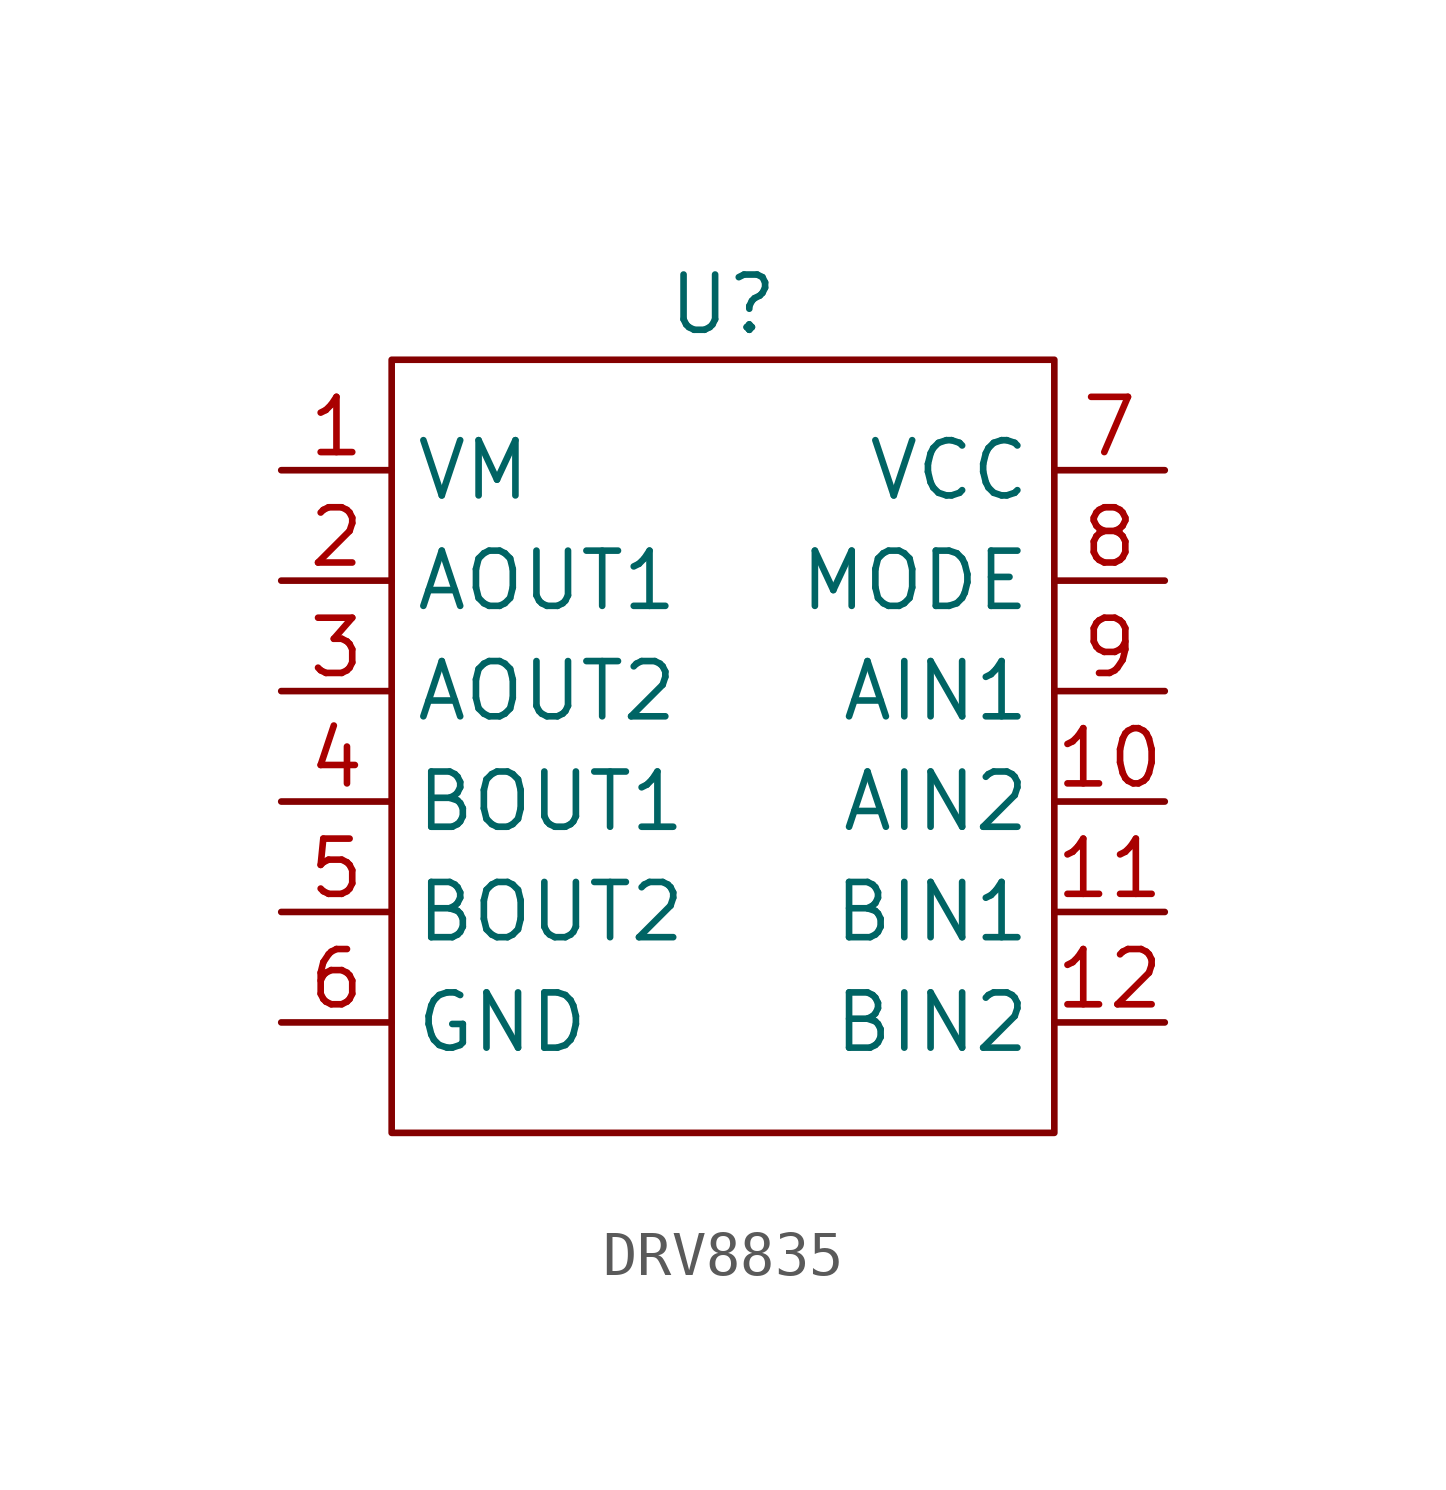
<source format=kicad_sym>
(kicad_symbol_lib
  (version 20231120)
  (generator "kicad_symbol_editor")
  (generator_version "8.0")
  (symbol "DRV8835"
    (property "Reference" "U"
      (at 0 0 0)
      (effects (font (size 1.27 1.27))))
    (property "Value" ""
      (at 0 0 0)
      (effects (font (size 1.27 1.27))))
    (symbol "DRV8835_0_1"
      (rectangle (start -7.62 -1.27) (end 7.62 -19.05) (stroke (width 0) (type default)) (fill (type none))))
    (symbol "DRV8835_1_1"
      (pin input line (at -10.16 -3.81 0) (length 2.54) (name "VM" (effects (font (size 1.27 1.27)))) (number "1" (effects (font (size 1.27 1.27)))))
      (pin input line (at 10.16 -11.43 180) (length 2.54) (name "AIN2" (effects (font (size 1.27 1.27)))) (number "10" (effects (font (size 1.27 1.27)))))
      (pin input line (at 10.16 -13.97 180) (length 2.54) (name "BIN1" (effects (font (size 1.27 1.27)))) (number "11" (effects (font (size 1.27 1.27)))))
      (pin input line (at 10.16 -16.51 180) (length 2.54) (name "BIN2" (effects (font (size 1.27 1.27)))) (number "12" (effects (font (size 1.27 1.27)))))
      (pin input line (at -10.16 -6.35 0) (length 2.54) (name "AOUT1" (effects (font (size 1.27 1.27)))) (number "2" (effects (font (size 1.27 1.27)))))
      (pin input line (at -10.16 -8.89 0) (length 2.54) (name "AOUT2" (effects (font (size 1.27 1.27)))) (number "3" (effects (font (size 1.27 1.27)))))
      (pin input line (at -10.16 -11.43 0) (length 2.54) (name "BOUT1" (effects (font (size 1.27 1.27)))) (number "4" (effects (font (size 1.27 1.27)))))
      (pin input line (at -10.16 -13.97 0) (length 2.54) (name "BOUT2" (effects (font (size 1.27 1.27)))) (number "5" (effects (font (size 1.27 1.27)))))
      (pin input line (at -10.16 -16.51 0) (length 2.54) (name "GND" (effects (font (size 1.27 1.27)))) (number "6" (effects (font (size 1.27 1.27)))))
      (pin input line (at 10.16 -3.81 180) (length 2.54) (name "VCC" (effects (font (size 1.27 1.27)))) (number "7" (effects (font (size 1.27 1.27)))))
      (pin input line (at 10.16 -6.35 180) (length 2.54) (name "MODE" (effects (font (size 1.27 1.27)))) (number "8" (effects (font (size 1.27 1.27)))))
      (pin input line (at 10.16 -8.89 180) (length 2.54) (name "AIN1" (effects (font (size 1.27 1.27)))) (number "9" (effects (font (size 1.27 1.27))))))))
</source>
